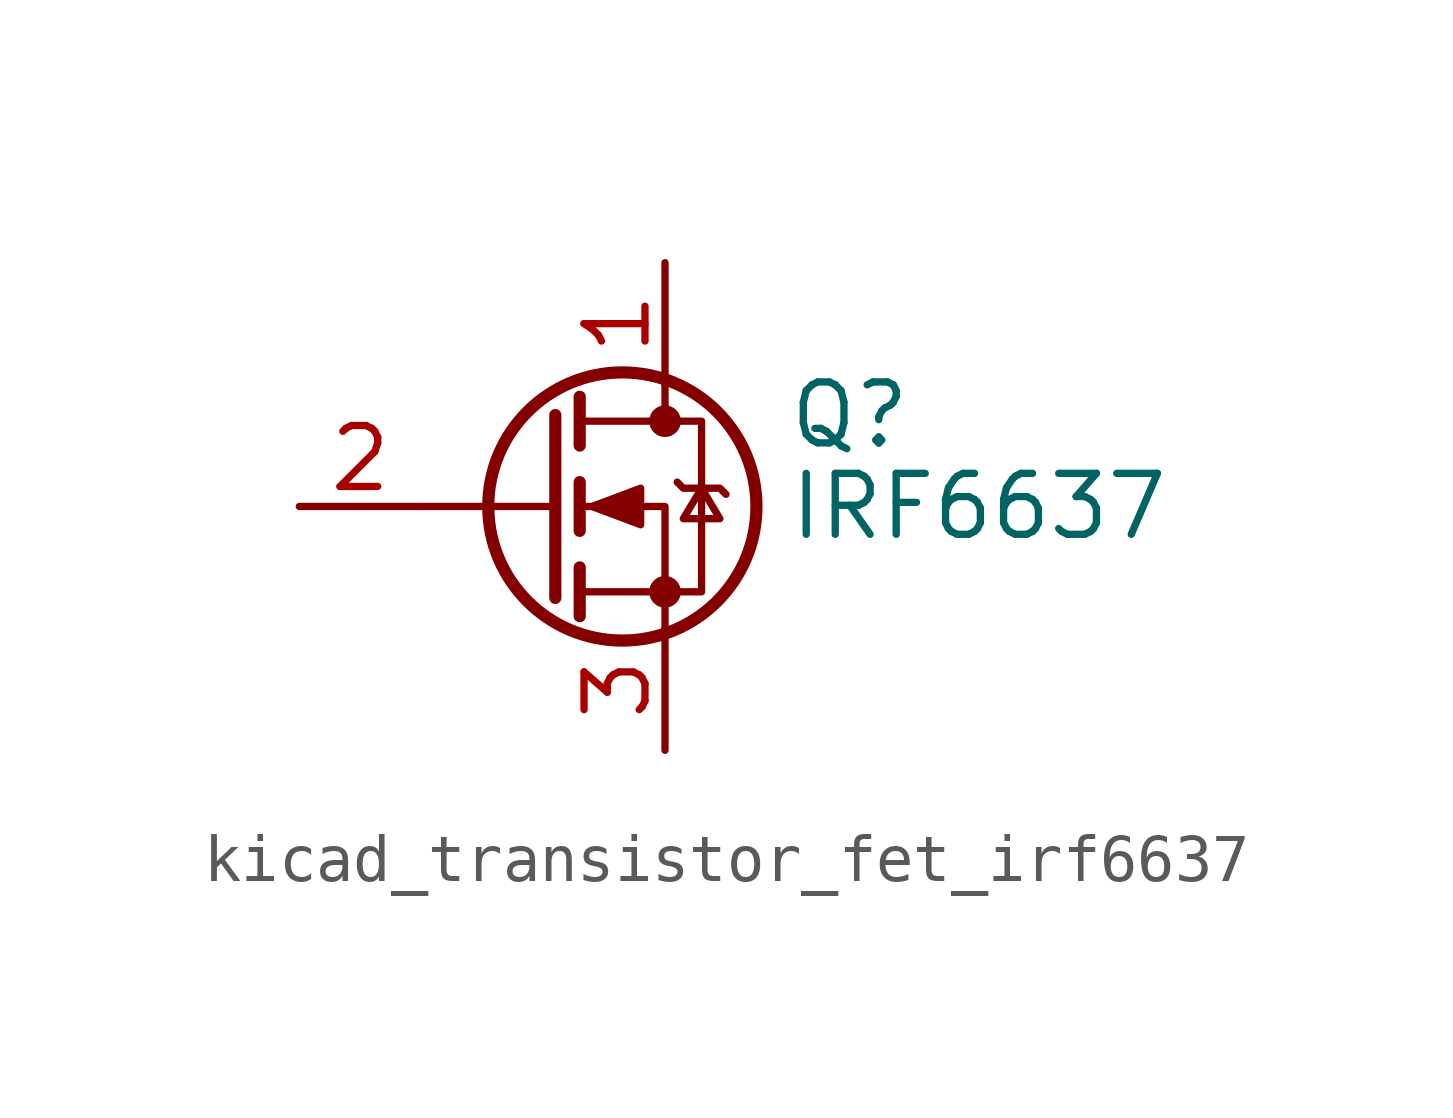
<source format=kicad_sym>
(kicad_symbol_lib
  (version 20220914)
  (generator kicad_symbol_editor)
  (symbol "kicad_transistor_fet_irf6637"
    (pin_names hide)
    (property "Reference" "Q"
      (at 5.08 1.905 0)
      (effects (font (size 1.27 1.27)) (justify left)))
    (property "Value" "IRF6637"
      (at 5.08 0 0)
      (effects (font (size 1.27 1.27)) (justify left)))
    (symbol "kicad_transistor_fet_irf6637_0_1"
      (polyline (pts (xy 0.254 0) (xy -2.54 0)) (stroke (width 0) (type default)) (fill (type none)))
      (polyline (pts (xy 0.254 1.905) (xy 0.254 -1.905)) (stroke (width 0.254) (type default)) (fill (type none)))
      (polyline (pts (xy 0.762 -1.27) (xy 0.762 -2.286)) (stroke (width 0.254) (type default)) (fill (type none)))
      (polyline (pts (xy 0.762 0.508) (xy 0.762 -0.508)) (stroke (width 0.254) (type default)) (fill (type none)))
      (polyline (pts (xy 0.762 2.286) (xy 0.762 1.27)) (stroke (width 0.254) (type default)) (fill (type none)))
      (polyline (pts (xy 2.54 2.54) (xy 2.54 1.778)) (stroke (width 0) (type default)) (fill (type none)))
      (polyline (pts (xy 2.54 -2.54) (xy 2.54 0) (xy 0.762 0)) (stroke (width 0) (type default)) (fill (type none)))
      (polyline (pts (xy 0.762 -1.778) (xy 3.302 -1.778) (xy 3.302 1.778) (xy 0.762 1.778)) (stroke (width 0) (type default)) (fill (type none)))
      (polyline (pts (xy 1.016 0) (xy 2.032 0.381) (xy 2.032 -0.381) (xy 1.016 0)) (stroke (width 0) (type default)) (fill (type outline)))
      (polyline (pts (xy 2.794 0.508) (xy 2.921 0.381) (xy 3.683 0.381) (xy 3.81 0.254)) (stroke (width 0) (type default)) (fill (type none)))
      (polyline (pts (xy 3.302 0.381) (xy 2.921 -0.254) (xy 3.683 -0.254) (xy 3.302 0.381)) (stroke (width 0) (type default)) (fill (type none)))
      (circle (center 1.651 0) (radius 2.794) (stroke (width 0.254) (type default)) (fill (type none)))
      (circle (center 2.54 -1.778) (radius 0.254) (stroke (width 0) (type default)) (fill (type outline)))
      (circle (center 2.54 1.778) (radius 0.254) (stroke (width 0) (type default)) (fill (type outline))))
    (symbol "kicad_transistor_fet_irf6637_1_1"
      (pin passive line (at 2.54 5.08 270) (length 2.54) (name "D" (effects (font (size 1.27 1.27)))) (number "1" (effects (font (size 1.27 1.27)))))
      (pin input line (at -5.08 0 0) (length 2.54) (name "G" (effects (font (size 1.27 1.27)))) (number "2" (effects (font (size 1.27 1.27)))))
      (pin passive line (at 2.54 -5.08 90) (length 2.54) (name "S" (effects (font (size 1.27 1.27)))) (number "3" (effects (font (size 1.27 1.27))))))))
</source>
